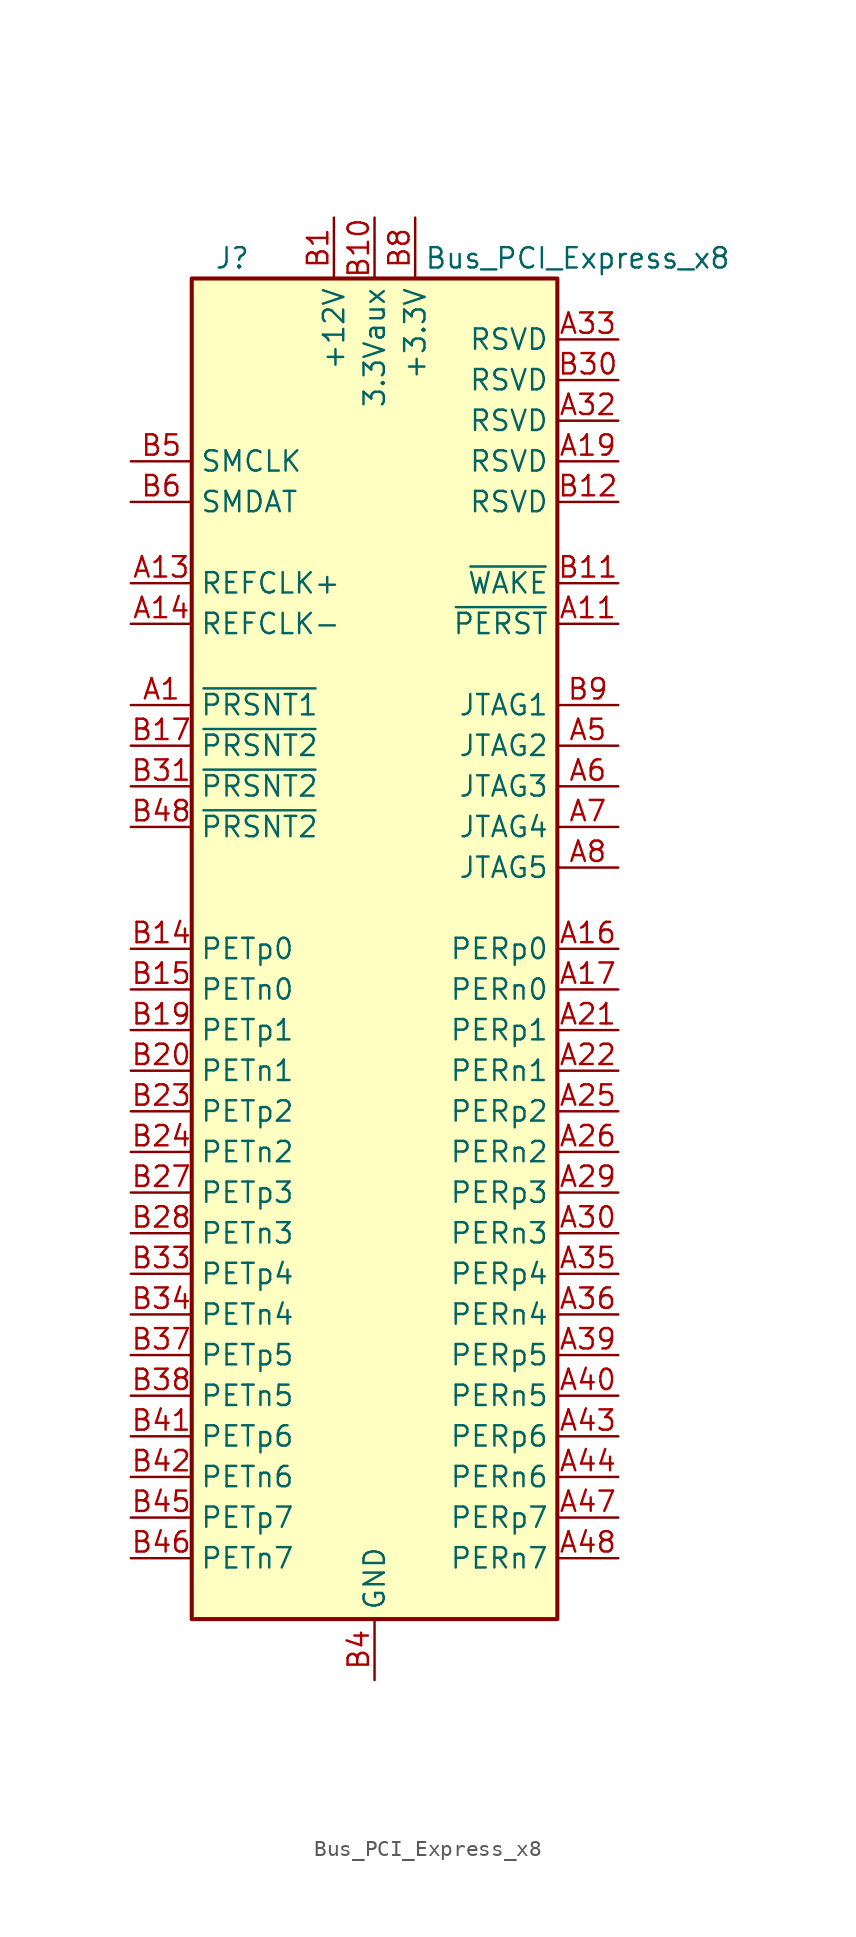
<source format=kicad_sym>
(kicad_symbol_lib
  (version 20220914)
  (generator kicad_symbol_editor)
  (symbol "Bus_PCI_Express_x8"
    (property "Reference" "J"
      (at -8.89 43.18 0)
      (effects (font (size 1.27 1.27))))
    (property "Value" "Bus_PCI_Express_x8"
      (at 12.7 43.18 0)
      (effects (font (size 1.27 1.27))))
    (symbol "Bus_PCI_Express_x8_0_1"
      (rectangle (start -11.43 41.91) (end 11.43 -41.91) (stroke (width 0.254) (type solid)) (fill (type background))))
    (symbol "Bus_PCI_Express_x8_1_1"
      (pin passive line (at -15.24 15.24 0) (length 3.81) (name "~{PRSNT1}" (effects (font (size 1.27 1.27)))) (number "A1" (effects (font (size 1.27 1.27)))))
      (pin passive line (at 2.54 45.72 270) (length 3.81) hide (name "+3.3V" (effects (font (size 1.27 1.27)))) (number "A10" (effects (font (size 1.27 1.27)))))
      (pin input line (at 15.24 20.32 180) (length 3.81) (name "~{PERST}" (effects (font (size 1.27 1.27)))) (number "A11" (effects (font (size 1.27 1.27)))))
      (pin passive line (at 0 -45.72 90) (length 3.81) hide (name "GND" (effects (font (size 1.27 1.27)))) (number "A12" (effects (font (size 1.27 1.27)))))
      (pin input line (at -15.24 22.86 0) (length 3.81) (name "REFCLK+" (effects (font (size 1.27 1.27)))) (number "A13" (effects (font (size 1.27 1.27)))))
      (pin input line (at -15.24 20.32 0) (length 3.81) (name "REFCLK-" (effects (font (size 1.27 1.27)))) (number "A14" (effects (font (size 1.27 1.27)))))
      (pin passive line (at 0 -45.72 90) (length 3.81) hide (name "GND" (effects (font (size 1.27 1.27)))) (number "A15" (effects (font (size 1.27 1.27)))))
      (pin output line (at 15.24 0 180) (length 3.81) (name "PERp0" (effects (font (size 1.27 1.27)))) (number "A16" (effects (font (size 1.27 1.27)))))
      (pin output line (at 15.24 -2.54 180) (length 3.81) (name "PERn0" (effects (font (size 1.27 1.27)))) (number "A17" (effects (font (size 1.27 1.27)))))
      (pin passive line (at 0 -45.72 90) (length 3.81) hide (name "GND" (effects (font (size 1.27 1.27)))) (number "A18" (effects (font (size 1.27 1.27)))))
      (pin passive line (at 15.24 30.48 180) (length 3.81) (name "RSVD" (effects (font (size 1.27 1.27)))) (number "A19" (effects (font (size 1.27 1.27)))))
      (pin passive line (at -2.54 45.72 270) (length 3.81) hide (name "+12V" (effects (font (size 1.27 1.27)))) (number "A2" (effects (font (size 1.27 1.27)))))
      (pin passive line (at 0 -45.72 90) (length 3.81) hide (name "GND" (effects (font (size 1.27 1.27)))) (number "A20" (effects (font (size 1.27 1.27)))))
      (pin output line (at 15.24 -5.08 180) (length 3.81) (name "PERp1" (effects (font (size 1.27 1.27)))) (number "A21" (effects (font (size 1.27 1.27)))))
      (pin output line (at 15.24 -7.62 180) (length 3.81) (name "PERn1" (effects (font (size 1.27 1.27)))) (number "A22" (effects (font (size 1.27 1.27)))))
      (pin passive line (at 0 -45.72 90) (length 3.81) hide (name "GND" (effects (font (size 1.27 1.27)))) (number "A23" (effects (font (size 1.27 1.27)))))
      (pin passive line (at 0 -45.72 90) (length 3.81) hide (name "GND" (effects (font (size 1.27 1.27)))) (number "A24" (effects (font (size 1.27 1.27)))))
      (pin output line (at 15.24 -10.16 180) (length 3.81) (name "PERp2" (effects (font (size 1.27 1.27)))) (number "A25" (effects (font (size 1.27 1.27)))))
      (pin output line (at 15.24 -12.7 180) (length 3.81) (name "PERn2" (effects (font (size 1.27 1.27)))) (number "A26" (effects (font (size 1.27 1.27)))))
      (pin passive line (at 0 -45.72 90) (length 3.81) hide (name "GND" (effects (font (size 1.27 1.27)))) (number "A27" (effects (font (size 1.27 1.27)))))
      (pin passive line (at 0 -45.72 90) (length 3.81) hide (name "GND" (effects (font (size 1.27 1.27)))) (number "A28" (effects (font (size 1.27 1.27)))))
      (pin output line (at 15.24 -15.24 180) (length 3.81) (name "PERp3" (effects (font (size 1.27 1.27)))) (number "A29" (effects (font (size 1.27 1.27)))))
      (pin passive line (at -2.54 45.72 270) (length 3.81) hide (name "+12V" (effects (font (size 1.27 1.27)))) (number "A3" (effects (font (size 1.27 1.27)))))
      (pin output line (at 15.24 -17.78 180) (length 3.81) (name "PERn3" (effects (font (size 1.27 1.27)))) (number "A30" (effects (font (size 1.27 1.27)))))
      (pin passive line (at 0 -45.72 90) (length 3.81) hide (name "GND" (effects (font (size 1.27 1.27)))) (number "A31" (effects (font (size 1.27 1.27)))))
      (pin passive line (at 15.24 33.02 180) (length 3.81) (name "RSVD" (effects (font (size 1.27 1.27)))) (number "A32" (effects (font (size 1.27 1.27)))))
      (pin passive line (at 15.24 38.1 180) (length 3.81) (name "RSVD" (effects (font (size 1.27 1.27)))) (number "A33" (effects (font (size 1.27 1.27)))))
      (pin passive line (at 0 -45.72 90) (length 3.81) hide (name "GND" (effects (font (size 1.27 1.27)))) (number "A34" (effects (font (size 1.27 1.27)))))
      (pin output line (at 15.24 -20.32 180) (length 3.81) (name "PERp4" (effects (font (size 1.27 1.27)))) (number "A35" (effects (font (size 1.27 1.27)))))
      (pin output line (at 15.24 -22.86 180) (length 3.81) (name "PERn4" (effects (font (size 1.27 1.27)))) (number "A36" (effects (font (size 1.27 1.27)))))
      (pin passive line (at 0 -45.72 90) (length 3.81) hide (name "GND" (effects (font (size 1.27 1.27)))) (number "A37" (effects (font (size 1.27 1.27)))))
      (pin passive line (at 0 -45.72 90) (length 3.81) hide (name "GND" (effects (font (size 1.27 1.27)))) (number "A38" (effects (font (size 1.27 1.27)))))
      (pin output line (at 15.24 -25.4 180) (length 3.81) (name "PERp5" (effects (font (size 1.27 1.27)))) (number "A39" (effects (font (size 1.27 1.27)))))
      (pin passive line (at 0 -45.72 90) (length 3.81) hide (name "GND" (effects (font (size 1.27 1.27)))) (number "A4" (effects (font (size 1.27 1.27)))))
      (pin output line (at 15.24 -27.94 180) (length 3.81) (name "PERn5" (effects (font (size 1.27 1.27)))) (number "A40" (effects (font (size 1.27 1.27)))))
      (pin passive line (at 0 -45.72 90) (length 3.81) hide (name "GND" (effects (font (size 1.27 1.27)))) (number "A41" (effects (font (size 1.27 1.27)))))
      (pin passive line (at 0 -45.72 90) (length 3.81) hide (name "GND" (effects (font (size 1.27 1.27)))) (number "A42" (effects (font (size 1.27 1.27)))))
      (pin output line (at 15.24 -30.48 180) (length 3.81) (name "PERp6" (effects (font (size 1.27 1.27)))) (number "A43" (effects (font (size 1.27 1.27)))))
      (pin output line (at 15.24 -33.02 180) (length 3.81) (name "PERn6" (effects (font (size 1.27 1.27)))) (number "A44" (effects (font (size 1.27 1.27)))))
      (pin passive line (at 0 -45.72 90) (length 3.81) hide (name "GND" (effects (font (size 1.27 1.27)))) (number "A45" (effects (font (size 1.27 1.27)))))
      (pin passive line (at 0 -45.72 90) (length 3.81) hide (name "GND" (effects (font (size 1.27 1.27)))) (number "A46" (effects (font (size 1.27 1.27)))))
      (pin output line (at 15.24 -35.56 180) (length 3.81) (name "PERp7" (effects (font (size 1.27 1.27)))) (number "A47" (effects (font (size 1.27 1.27)))))
      (pin output line (at 15.24 -38.1 180) (length 3.81) (name "PERn7" (effects (font (size 1.27 1.27)))) (number "A48" (effects (font (size 1.27 1.27)))))
      (pin passive line (at 0 -45.72 90) (length 3.81) hide (name "GND" (effects (font (size 1.27 1.27)))) (number "A49" (effects (font (size 1.27 1.27)))))
      (pin input line (at 15.24 12.7 180) (length 3.81) (name "JTAG2" (effects (font (size 1.27 1.27)))) (number "A5" (effects (font (size 1.27 1.27)))))
      (pin input line (at 15.24 10.16 180) (length 3.81) (name "JTAG3" (effects (font (size 1.27 1.27)))) (number "A6" (effects (font (size 1.27 1.27)))))
      (pin output line (at 15.24 7.62 180) (length 3.81) (name "JTAG4" (effects (font (size 1.27 1.27)))) (number "A7" (effects (font (size 1.27 1.27)))))
      (pin input line (at 15.24 5.08 180) (length 3.81) (name "JTAG5" (effects (font (size 1.27 1.27)))) (number "A8" (effects (font (size 1.27 1.27)))))
      (pin passive line (at 2.54 45.72 270) (length 3.81) hide (name "+3.3V" (effects (font (size 1.27 1.27)))) (number "A9" (effects (font (size 1.27 1.27)))))
      (pin power_in line (at -2.54 45.72 270) (length 3.81) (name "+12V" (effects (font (size 1.27 1.27)))) (number "B1" (effects (font (size 1.27 1.27)))))
      (pin power_in line (at 0 45.72 270) (length 3.81) (name "3.3Vaux" (effects (font (size 1.27 1.27)))) (number "B10" (effects (font (size 1.27 1.27)))))
      (pin open_collector line (at 15.24 22.86 180) (length 3.81) (name "~{WAKE}" (effects (font (size 1.27 1.27)))) (number "B11" (effects (font (size 1.27 1.27)))))
      (pin passive line (at 15.24 27.94 180) (length 3.81) (name "RSVD" (effects (font (size 1.27 1.27)))) (number "B12" (effects (font (size 1.27 1.27)))))
      (pin passive line (at 0 -45.72 90) (length 3.81) hide (name "GND" (effects (font (size 1.27 1.27)))) (number "B13" (effects (font (size 1.27 1.27)))))
      (pin input line (at -15.24 0 0) (length 3.81) (name "PETp0" (effects (font (size 1.27 1.27)))) (number "B14" (effects (font (size 1.27 1.27)))))
      (pin input line (at -15.24 -2.54 0) (length 3.81) (name "PETn0" (effects (font (size 1.27 1.27)))) (number "B15" (effects (font (size 1.27 1.27)))))
      (pin passive line (at 0 -45.72 90) (length 3.81) hide (name "GND" (effects (font (size 1.27 1.27)))) (number "B16" (effects (font (size 1.27 1.27)))))
      (pin passive line (at -15.24 12.7 0) (length 3.81) (name "~{PRSNT2}" (effects (font (size 1.27 1.27)))) (number "B17" (effects (font (size 1.27 1.27)))))
      (pin passive line (at 0 -45.72 90) (length 3.81) hide (name "GND" (effects (font (size 1.27 1.27)))) (number "B18" (effects (font (size 1.27 1.27)))))
      (pin input line (at -15.24 -5.08 0) (length 3.81) (name "PETp1" (effects (font (size 1.27 1.27)))) (number "B19" (effects (font (size 1.27 1.27)))))
      (pin passive line (at -2.54 45.72 270) (length 3.81) hide (name "+12V" (effects (font (size 1.27 1.27)))) (number "B2" (effects (font (size 1.27 1.27)))))
      (pin input line (at -15.24 -7.62 0) (length 3.81) (name "PETn1" (effects (font (size 1.27 1.27)))) (number "B20" (effects (font (size 1.27 1.27)))))
      (pin passive line (at 0 -45.72 90) (length 3.81) hide (name "GND" (effects (font (size 1.27 1.27)))) (number "B21" (effects (font (size 1.27 1.27)))))
      (pin passive line (at 0 -45.72 90) (length 3.81) hide (name "GND" (effects (font (size 1.27 1.27)))) (number "B22" (effects (font (size 1.27 1.27)))))
      (pin input line (at -15.24 -10.16 0) (length 3.81) (name "PETp2" (effects (font (size 1.27 1.27)))) (number "B23" (effects (font (size 1.27 1.27)))))
      (pin input line (at -15.24 -12.7 0) (length 3.81) (name "PETn2" (effects (font (size 1.27 1.27)))) (number "B24" (effects (font (size 1.27 1.27)))))
      (pin passive line (at 0 -45.72 90) (length 3.81) hide (name "GND" (effects (font (size 1.27 1.27)))) (number "B25" (effects (font (size 1.27 1.27)))))
      (pin passive line (at 0 -45.72 90) (length 3.81) hide (name "GND" (effects (font (size 1.27 1.27)))) (number "B26" (effects (font (size 1.27 1.27)))))
      (pin input line (at -15.24 -15.24 0) (length 3.81) (name "PETp3" (effects (font (size 1.27 1.27)))) (number "B27" (effects (font (size 1.27 1.27)))))
      (pin input line (at -15.24 -17.78 0) (length 3.81) (name "PETn3" (effects (font (size 1.27 1.27)))) (number "B28" (effects (font (size 1.27 1.27)))))
      (pin passive line (at 0 -45.72 90) (length 3.81) hide (name "GND" (effects (font (size 1.27 1.27)))) (number "B29" (effects (font (size 1.27 1.27)))))
      (pin passive line (at -2.54 45.72 270) (length 3.81) hide (name "+12V" (effects (font (size 1.27 1.27)))) (number "B3" (effects (font (size 1.27 1.27)))))
      (pin passive line (at 15.24 35.56 180) (length 3.81) (name "RSVD" (effects (font (size 1.27 1.27)))) (number "B30" (effects (font (size 1.27 1.27)))))
      (pin passive line (at -15.24 10.16 0) (length 3.81) (name "~{PRSNT2}" (effects (font (size 1.27 1.27)))) (number "B31" (effects (font (size 1.27 1.27)))))
      (pin passive line (at 0 -45.72 90) (length 3.81) hide (name "GND" (effects (font (size 1.27 1.27)))) (number "B32" (effects (font (size 1.27 1.27)))))
      (pin input line (at -15.24 -20.32 0) (length 3.81) (name "PETp4" (effects (font (size 1.27 1.27)))) (number "B33" (effects (font (size 1.27 1.27)))))
      (pin input line (at -15.24 -22.86 0) (length 3.81) (name "PETn4" (effects (font (size 1.27 1.27)))) (number "B34" (effects (font (size 1.27 1.27)))))
      (pin passive line (at 0 -45.72 90) (length 3.81) hide (name "GND" (effects (font (size 1.27 1.27)))) (number "B35" (effects (font (size 1.27 1.27)))))
      (pin passive line (at 0 -45.72 90) (length 3.81) hide (name "GND" (effects (font (size 1.27 1.27)))) (number "B36" (effects (font (size 1.27 1.27)))))
      (pin input line (at -15.24 -25.4 0) (length 3.81) (name "PETp5" (effects (font (size 1.27 1.27)))) (number "B37" (effects (font (size 1.27 1.27)))))
      (pin input line (at -15.24 -27.94 0) (length 3.81) (name "PETn5" (effects (font (size 1.27 1.27)))) (number "B38" (effects (font (size 1.27 1.27)))))
      (pin passive line (at 0 -45.72 90) (length 3.81) hide (name "GND" (effects (font (size 1.27 1.27)))) (number "B39" (effects (font (size 1.27 1.27)))))
      (pin power_in line (at 0 -45.72 90) (length 3.81) (name "GND" (effects (font (size 1.27 1.27)))) (number "B4" (effects (font (size 1.27 1.27)))))
      (pin passive line (at 0 -45.72 90) (length 3.81) hide (name "GND" (effects (font (size 1.27 1.27)))) (number "B40" (effects (font (size 1.27 1.27)))))
      (pin input line (at -15.24 -30.48 0) (length 3.81) (name "PETp6" (effects (font (size 1.27 1.27)))) (number "B41" (effects (font (size 1.27 1.27)))))
      (pin input line (at -15.24 -33.02 0) (length 3.81) (name "PETn6" (effects (font (size 1.27 1.27)))) (number "B42" (effects (font (size 1.27 1.27)))))
      (pin passive line (at 0 -45.72 90) (length 3.81) hide (name "GND" (effects (font (size 1.27 1.27)))) (number "B43" (effects (font (size 1.27 1.27)))))
      (pin passive line (at 0 -45.72 90) (length 3.81) hide (name "GND" (effects (font (size 1.27 1.27)))) (number "B44" (effects (font (size 1.27 1.27)))))
      (pin input line (at -15.24 -35.56 0) (length 3.81) (name "PETp7" (effects (font (size 1.27 1.27)))) (number "B45" (effects (font (size 1.27 1.27)))))
      (pin input line (at -15.24 -38.1 0) (length 3.81) (name "PETn7" (effects (font (size 1.27 1.27)))) (number "B46" (effects (font (size 1.27 1.27)))))
      (pin passive line (at 0 -45.72 90) (length 3.81) hide (name "GND" (effects (font (size 1.27 1.27)))) (number "B47" (effects (font (size 1.27 1.27)))))
      (pin passive line (at -15.24 7.62 0) (length 3.81) (name "~{PRSNT2}" (effects (font (size 1.27 1.27)))) (number "B48" (effects (font (size 1.27 1.27)))))
      (pin passive line (at 0 -45.72 90) (length 3.81) hide (name "GND" (effects (font (size 1.27 1.27)))) (number "B49" (effects (font (size 1.27 1.27)))))
      (pin input line (at -15.24 30.48 0) (length 3.81) (name "SMCLK" (effects (font (size 1.27 1.27)))) (number "B5" (effects (font (size 1.27 1.27)))))
      (pin bidirectional line (at -15.24 27.94 0) (length 3.81) (name "SMDAT" (effects (font (size 1.27 1.27)))) (number "B6" (effects (font (size 1.27 1.27)))))
      (pin passive line (at 0 -45.72 90) (length 3.81) hide (name "GND" (effects (font (size 1.27 1.27)))) (number "B7" (effects (font (size 1.27 1.27)))))
      (pin power_in line (at 2.54 45.72 270) (length 3.81) (name "+3.3V" (effects (font (size 1.27 1.27)))) (number "B8" (effects (font (size 1.27 1.27)))))
      (pin input line (at 15.24 15.24 180) (length 3.81) (name "JTAG1" (effects (font (size 1.27 1.27)))) (number "B9" (effects (font (size 1.27 1.27))))))))
</source>
